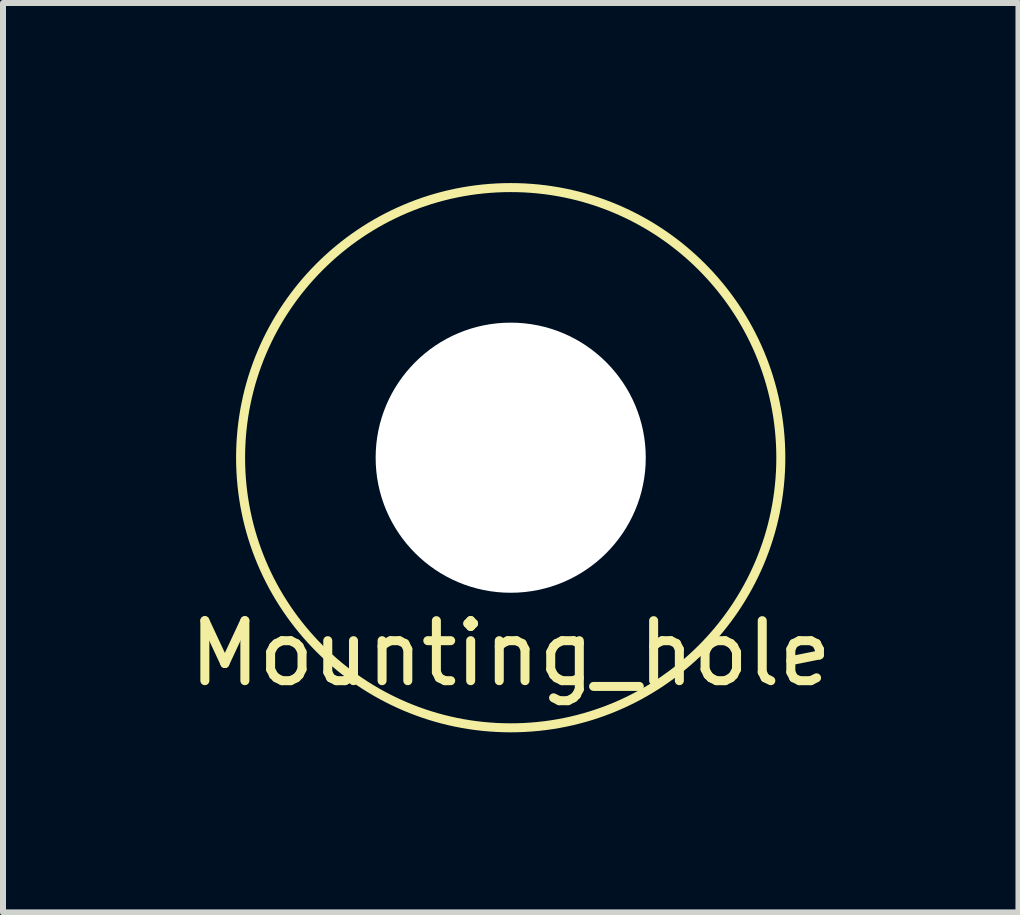
<source format=kicad_pcb>
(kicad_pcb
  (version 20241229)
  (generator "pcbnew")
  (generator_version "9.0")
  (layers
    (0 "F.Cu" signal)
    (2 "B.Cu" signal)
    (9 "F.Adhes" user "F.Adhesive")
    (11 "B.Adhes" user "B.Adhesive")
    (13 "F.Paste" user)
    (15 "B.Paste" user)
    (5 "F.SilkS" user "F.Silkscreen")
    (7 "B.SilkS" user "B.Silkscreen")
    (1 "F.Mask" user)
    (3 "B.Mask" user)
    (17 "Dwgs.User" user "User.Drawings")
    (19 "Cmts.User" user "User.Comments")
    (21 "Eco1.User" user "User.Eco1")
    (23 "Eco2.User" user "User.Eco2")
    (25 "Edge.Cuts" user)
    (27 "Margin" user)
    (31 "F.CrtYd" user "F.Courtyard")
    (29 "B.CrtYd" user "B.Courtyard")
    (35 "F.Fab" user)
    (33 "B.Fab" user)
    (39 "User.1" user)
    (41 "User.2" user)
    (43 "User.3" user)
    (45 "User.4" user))
  (footprint "Mounting_hole"
    (layer "F.Cu")
    (at 5.458 4.575)
    (property "Reference" "Mounting_hole" (at 0 3.26 0) (layer "F.SilkS") (effects (font (size 1 1) (thickness 0.15))))
    (attr through_hole)
    (fp_circle (center 0 0) (end 4.5 0) (stroke (width 0.15) (type solid)) (fill no) (layer "F.SilkS"))
    (pad "" np_thru_hole circle (at 0 0) (size 4.5 4.5) (drill 4.5) (layers "*.Cu" "*.Mask")))
  (gr_rect
    (start -3 -3)
    (end 13.917 12.15)
    (stroke (width 0.1) (type default))
    (fill no)
    (layer "Edge.Cuts")))
</source>
